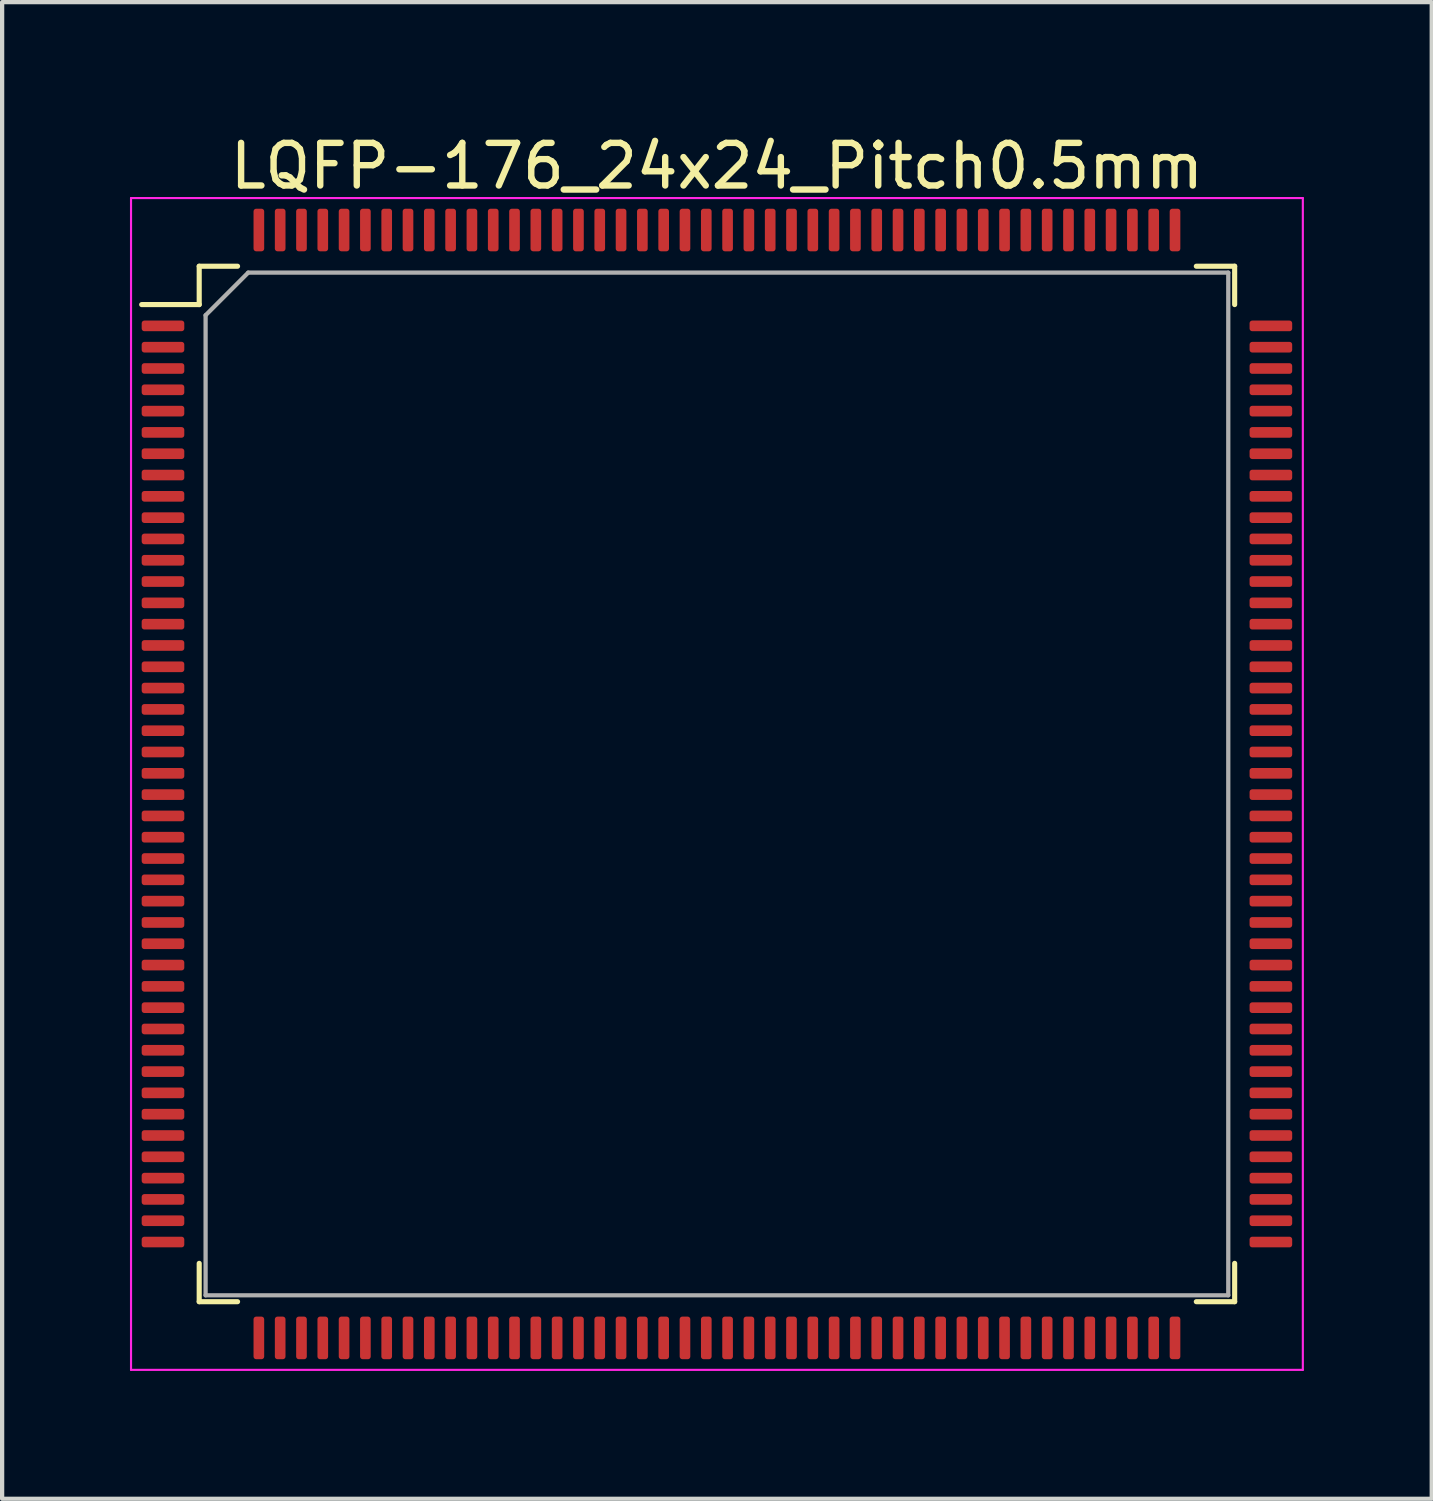
<source format=kicad_pcb>
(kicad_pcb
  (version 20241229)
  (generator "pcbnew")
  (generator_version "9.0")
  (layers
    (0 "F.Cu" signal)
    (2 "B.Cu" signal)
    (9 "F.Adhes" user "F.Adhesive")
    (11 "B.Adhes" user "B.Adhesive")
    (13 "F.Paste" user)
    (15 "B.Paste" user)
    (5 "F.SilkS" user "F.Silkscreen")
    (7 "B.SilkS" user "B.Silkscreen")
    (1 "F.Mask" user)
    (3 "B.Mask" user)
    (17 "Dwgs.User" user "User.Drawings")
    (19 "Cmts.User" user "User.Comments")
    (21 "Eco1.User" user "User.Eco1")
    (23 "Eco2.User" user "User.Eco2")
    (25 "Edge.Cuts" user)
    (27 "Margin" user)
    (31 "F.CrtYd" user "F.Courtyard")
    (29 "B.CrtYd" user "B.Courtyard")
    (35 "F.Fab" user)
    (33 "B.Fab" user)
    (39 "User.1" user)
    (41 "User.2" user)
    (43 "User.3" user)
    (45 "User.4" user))
  (footprint "LQFP-176_24x24_Pitch0.5mm"
    (layer "F.Cu")
    (at 13.775 15.348)
    (property "Reference" "LQFP-176_24x24_Pitch0.5mm" (at 0 -14.5 0) (layer "F.SilkS") (effects (font (size 1 1) (thickness 0.15))))
    (attr smd)
    (fp_line (start -12.15 -12.15) (end -12.15 -11.25) (stroke (width 0.12) (type solid)) (layer "F.SilkS"))
    (fp_line (start -12.15 -11.25) (end -13.5 -11.25) (stroke (width 0.12) (type solid)) (layer "F.SilkS"))
    (fp_line (start -12.15 12.15) (end -12.15 11.25) (stroke (width 0.12) (type solid)) (layer "F.SilkS"))
    (fp_line (start -11.25 -12.15) (end -12.15 -12.15) (stroke (width 0.12) (type solid)) (layer "F.SilkS"))
    (fp_line (start -11.25 12.15) (end -12.15 12.15) (stroke (width 0.12) (type solid)) (layer "F.SilkS"))
    (fp_line (start 11.25 -12.15) (end 12.15 -12.15) (stroke (width 0.12) (type solid)) (layer "F.SilkS"))
    (fp_line (start 11.25 12.15) (end 12.15 12.15) (stroke (width 0.12) (type solid)) (layer "F.SilkS"))
    (fp_line (start 12.15 -12.15) (end 12.15 -11.25) (stroke (width 0.12) (type solid)) (layer "F.SilkS"))
    (fp_line (start 12.15 12.15) (end 12.15 11.25) (stroke (width 0.12) (type solid)) (layer "F.SilkS"))
    (fp_line (start -13.75 -13.75) (end 13.75 -13.75) (stroke (width 0.05) (type solid)) (layer "F.CrtYd"))
    (fp_line (start -13.75 13.75) (end -13.75 -13.75) (stroke (width 0.05) (type solid)) (layer "F.CrtYd"))
    (fp_line (start 13.75 -13.75) (end 13.75 13.75) (stroke (width 0.05) (type solid)) (layer "F.CrtYd"))
    (fp_line (start 13.75 13.75) (end -13.75 13.75) (stroke (width 0.05) (type solid)) (layer "F.CrtYd"))
    (fp_line (start -12 -11) (end -12 12) (stroke (width 0.1) (type solid)) (layer "F.Fab"))
    (fp_line (start -12 12) (end 12 12) (stroke (width 0.1) (type solid)) (layer "F.Fab"))
    (fp_line (start -11 -12) (end -12 -11) (stroke (width 0.1) (type solid)) (layer "F.Fab"))
    (fp_line (start 12 -12) (end -11 -12) (stroke (width 0.1) (type solid)) (layer "F.Fab"))
    (fp_line (start 12 12) (end 12 -12) (stroke (width 0.1) (type solid)) (layer "F.Fab"))
    (pad "1" smd roundrect (at -13 -10.75 90) (size 0.25 1) (layers "F.Cu" "F.Mask" "F.Paste") (roundrect_rratio 0.25))
    (pad "2" smd roundrect (at -13 -10.25 90) (size 0.25 1) (layers "F.Cu" "F.Mask" "F.Paste") (roundrect_rratio 0.25))
    (pad "3" smd roundrect (at -13 -9.75 90) (size 0.25 1) (layers "F.Cu" "F.Mask" "F.Paste") (roundrect_rratio 0.25))
    (pad "4" smd roundrect (at -13 -9.25 90) (size 0.25 1) (layers "F.Cu" "F.Mask" "F.Paste") (roundrect_rratio 0.25))
    (pad "5" smd roundrect (at -13 -8.75 90) (size 0.25 1) (layers "F.Cu" "F.Mask" "F.Paste") (roundrect_rratio 0.25))
    (pad "6" smd roundrect (at -13 -8.25 90) (size 0.25 1) (layers "F.Cu" "F.Mask" "F.Paste") (roundrect_rratio 0.25))
    (pad "7" smd roundrect (at -13 -7.75 90) (size 0.25 1) (layers "F.Cu" "F.Mask" "F.Paste") (roundrect_rratio 0.25))
    (pad "8" smd roundrect (at -13 -7.25 90) (size 0.25 1) (layers "F.Cu" "F.Mask" "F.Paste") (roundrect_rratio 0.25))
    (pad "9" smd roundrect (at -13 -6.75 90) (size 0.25 1) (layers "F.Cu" "F.Mask" "F.Paste") (roundrect_rratio 0.25))
    (pad "10" smd roundrect (at -13 -6.25 90) (size 0.25 1) (layers "F.Cu" "F.Mask" "F.Paste") (roundrect_rratio 0.25))
    (pad "11" smd roundrect (at -13 -5.75 90) (size 0.25 1) (layers "F.Cu" "F.Mask" "F.Paste") (roundrect_rratio 0.25))
    (pad "12" smd roundrect (at -13 -5.25 90) (size 0.25 1) (layers "F.Cu" "F.Mask" "F.Paste") (roundrect_rratio 0.25))
    (pad "13" smd roundrect (at -13 -4.75 90) (size 0.25 1) (layers "F.Cu" "F.Mask" "F.Paste") (roundrect_rratio 0.25))
    (pad "14" smd roundrect (at -13 -4.25 90) (size 0.25 1) (layers "F.Cu" "F.Mask" "F.Paste") (roundrect_rratio 0.25))
    (pad "15" smd roundrect (at -13 -3.75 90) (size 0.25 1) (layers "F.Cu" "F.Mask" "F.Paste") (roundrect_rratio 0.25))
    (pad "16" smd roundrect (at -13 -3.25 90) (size 0.25 1) (layers "F.Cu" "F.Mask" "F.Paste") (roundrect_rratio 0.25))
    (pad "17" smd roundrect (at -13 -2.75 90) (size 0.25 1) (layers "F.Cu" "F.Mask" "F.Paste") (roundrect_rratio 0.25))
    (pad "18" smd roundrect (at -13 -2.25 90) (size 0.25 1) (layers "F.Cu" "F.Mask" "F.Paste") (roundrect_rratio 0.25))
    (pad "19" smd roundrect (at -13 -1.75 90) (size 0.25 1) (layers "F.Cu" "F.Mask" "F.Paste") (roundrect_rratio 0.25))
    (pad "20" smd roundrect (at -13 -1.25 90) (size 0.25 1) (layers "F.Cu" "F.Mask" "F.Paste") (roundrect_rratio 0.25))
    (pad "21" smd roundrect (at -13 -0.75 90) (size 0.25 1) (layers "F.Cu" "F.Mask" "F.Paste") (roundrect_rratio 0.25))
    (pad "22" smd roundrect (at -13 -0.25 90) (size 0.25 1) (layers "F.Cu" "F.Mask" "F.Paste") (roundrect_rratio 0.25))
    (pad "23" smd roundrect (at -13 0.25 90) (size 0.25 1) (layers "F.Cu" "F.Mask" "F.Paste") (roundrect_rratio 0.25))
    (pad "24" smd roundrect (at -13 0.75 90) (size 0.25 1) (layers "F.Cu" "F.Mask" "F.Paste") (roundrect_rratio 0.25))
    (pad "25" smd roundrect (at -13 1.25 90) (size 0.25 1) (layers "F.Cu" "F.Mask" "F.Paste") (roundrect_rratio 0.25))
    (pad "26" smd roundrect (at -13 1.75 90) (size 0.25 1) (layers "F.Cu" "F.Mask" "F.Paste") (roundrect_rratio 0.25))
    (pad "27" smd roundrect (at -13 2.25 90) (size 0.25 1) (layers "F.Cu" "F.Mask" "F.Paste") (roundrect_rratio 0.25))
    (pad "28" smd roundrect (at -13 2.75 90) (size 0.25 1) (layers "F.Cu" "F.Mask" "F.Paste") (roundrect_rratio 0.25))
    (pad "29" smd roundrect (at -13 3.25 90) (size 0.25 1) (layers "F.Cu" "F.Mask" "F.Paste") (roundrect_rratio 0.25))
    (pad "30" smd roundrect (at -13 3.75 90) (size 0.25 1) (layers "F.Cu" "F.Mask" "F.Paste") (roundrect_rratio 0.25))
    (pad "31" smd roundrect (at -13 4.25 90) (size 0.25 1) (layers "F.Cu" "F.Mask" "F.Paste") (roundrect_rratio 0.25))
    (pad "32" smd roundrect (at -13 4.75 90) (size 0.25 1) (layers "F.Cu" "F.Mask" "F.Paste") (roundrect_rratio 0.25))
    (pad "33" smd roundrect (at -13 5.25 90) (size 0.25 1) (layers "F.Cu" "F.Mask" "F.Paste") (roundrect_rratio 0.25))
    (pad "34" smd roundrect (at -13 5.75 90) (size 0.25 1) (layers "F.Cu" "F.Mask" "F.Paste") (roundrect_rratio 0.25))
    (pad "35" smd roundrect (at -13 6.25 90) (size 0.25 1) (layers "F.Cu" "F.Mask" "F.Paste") (roundrect_rratio 0.25))
    (pad "36" smd roundrect (at -13 6.75 90) (size 0.25 1) (layers "F.Cu" "F.Mask" "F.Paste") (roundrect_rratio 0.25))
    (pad "37" smd roundrect (at -13 7.25 90) (size 0.25 1) (layers "F.Cu" "F.Mask" "F.Paste") (roundrect_rratio 0.25))
    (pad "38" smd roundrect (at -13 7.75 90) (size 0.25 1) (layers "F.Cu" "F.Mask" "F.Paste") (roundrect_rratio 0.25))
    (pad "39" smd roundrect (at -13 8.25 90) (size 0.25 1) (layers "F.Cu" "F.Mask" "F.Paste") (roundrect_rratio 0.25))
    (pad "40" smd roundrect (at -13 8.75 90) (size 0.25 1) (layers "F.Cu" "F.Mask" "F.Paste") (roundrect_rratio 0.25))
    (pad "41" smd roundrect (at -13 9.25 90) (size 0.25 1) (layers "F.Cu" "F.Mask" "F.Paste") (roundrect_rratio 0.25))
    (pad "42" smd roundrect (at -13 9.75 90) (size 0.25 1) (layers "F.Cu" "F.Mask" "F.Paste") (roundrect_rratio 0.25))
    (pad "43" smd roundrect (at -13 10.25 90) (size 0.25 1) (layers "F.Cu" "F.Mask" "F.Paste") (roundrect_rratio 0.25))
    (pad "44" smd roundrect (at -13 10.75 90) (size 0.25 1) (layers "F.Cu" "F.Mask" "F.Paste") (roundrect_rratio 0.25))
    (pad "45" smd roundrect (at -10.75 13) (size 0.25 1) (layers "F.Cu" "F.Mask" "F.Paste") (roundrect_rratio 0.25))
    (pad "46" smd roundrect (at -10.25 13) (size 0.25 1) (layers "F.Cu" "F.Mask" "F.Paste") (roundrect_rratio 0.25))
    (pad "47" smd roundrect (at -9.75 13) (size 0.25 1) (layers "F.Cu" "F.Mask" "F.Paste") (roundrect_rratio 0.25))
    (pad "48" smd roundrect (at -9.25 13) (size 0.25 1) (layers "F.Cu" "F.Mask" "F.Paste") (roundrect_rratio 0.25))
    (pad "49" smd roundrect (at -8.75 13) (size 0.25 1) (layers "F.Cu" "F.Mask" "F.Paste") (roundrect_rratio 0.25))
    (pad "50" smd roundrect (at -8.25 13) (size 0.25 1) (layers "F.Cu" "F.Mask" "F.Paste") (roundrect_rratio 0.25))
    (pad "51" smd roundrect (at -7.75 13) (size 0.25 1) (layers "F.Cu" "F.Mask" "F.Paste") (roundrect_rratio 0.25))
    (pad "52" smd roundrect (at -7.25 13) (size 0.25 1) (layers "F.Cu" "F.Mask" "F.Paste") (roundrect_rratio 0.25))
    (pad "53" smd roundrect (at -6.75 13) (size 0.25 1) (layers "F.Cu" "F.Mask" "F.Paste") (roundrect_rratio 0.25))
    (pad "54" smd roundrect (at -6.25 13) (size 0.25 1) (layers "F.Cu" "F.Mask" "F.Paste") (roundrect_rratio 0.25))
    (pad "55" smd roundrect (at -5.75 13) (size 0.25 1) (layers "F.Cu" "F.Mask" "F.Paste") (roundrect_rratio 0.25))
    (pad "56" smd roundrect (at -5.25 13) (size 0.25 1) (layers "F.Cu" "F.Mask" "F.Paste") (roundrect_rratio 0.25))
    (pad "57" smd roundrect (at -4.75 13) (size 0.25 1) (layers "F.Cu" "F.Mask" "F.Paste") (roundrect_rratio 0.25))
    (pad "58" smd roundrect (at -4.25 13) (size 0.25 1) (layers "F.Cu" "F.Mask" "F.Paste") (roundrect_rratio 0.25))
    (pad "59" smd roundrect (at -3.75 13) (size 0.25 1) (layers "F.Cu" "F.Mask" "F.Paste") (roundrect_rratio 0.25))
    (pad "60" smd roundrect (at -3.25 13) (size 0.25 1) (layers "F.Cu" "F.Mask" "F.Paste") (roundrect_rratio 0.25))
    (pad "61" smd roundrect (at -2.75 13) (size 0.25 1) (layers "F.Cu" "F.Mask" "F.Paste") (roundrect_rratio 0.25))
    (pad "62" smd roundrect (at -2.25 13) (size 0.25 1) (layers "F.Cu" "F.Mask" "F.Paste") (roundrect_rratio 0.25))
    (pad "63" smd roundrect (at -1.75 13) (size 0.25 1) (layers "F.Cu" "F.Mask" "F.Paste") (roundrect_rratio 0.25))
    (pad "64" smd roundrect (at -1.25 13) (size 0.25 1) (layers "F.Cu" "F.Mask" "F.Paste") (roundrect_rratio 0.25))
    (pad "65" smd roundrect (at -0.75 13) (size 0.25 1) (layers "F.Cu" "F.Mask" "F.Paste") (roundrect_rratio 0.25))
    (pad "66" smd roundrect (at -0.25 13) (size 0.25 1) (layers "F.Cu" "F.Mask" "F.Paste") (roundrect_rratio 0.25))
    (pad "67" smd roundrect (at 0.25 13) (size 0.25 1) (layers "F.Cu" "F.Mask" "F.Paste") (roundrect_rratio 0.25))
    (pad "68" smd roundrect (at 0.75 13) (size 0.25 1) (layers "F.Cu" "F.Mask" "F.Paste") (roundrect_rratio 0.25))
    (pad "69" smd roundrect (at 1.25 13) (size 0.25 1) (layers "F.Cu" "F.Mask" "F.Paste") (roundrect_rratio 0.25))
    (pad "70" smd roundrect (at 1.75 13) (size 0.25 1) (layers "F.Cu" "F.Mask" "F.Paste") (roundrect_rratio 0.25))
    (pad "71" smd roundrect (at 2.25 13) (size 0.25 1) (layers "F.Cu" "F.Mask" "F.Paste") (roundrect_rratio 0.25))
    (pad "72" smd roundrect (at 2.75 13) (size 0.25 1) (layers "F.Cu" "F.Mask" "F.Paste") (roundrect_rratio 0.25))
    (pad "73" smd roundrect (at 3.25 13) (size 0.25 1) (layers "F.Cu" "F.Mask" "F.Paste") (roundrect_rratio 0.25))
    (pad "74" smd roundrect (at 3.75 13) (size 0.25 1) (layers "F.Cu" "F.Mask" "F.Paste") (roundrect_rratio 0.25))
    (pad "75" smd roundrect (at 4.25 13) (size 0.25 1) (layers "F.Cu" "F.Mask" "F.Paste") (roundrect_rratio 0.25))
    (pad "76" smd roundrect (at 4.75 13) (size 0.25 1) (layers "F.Cu" "F.Mask" "F.Paste") (roundrect_rratio 0.25))
    (pad "77" smd roundrect (at 5.25 13) (size 0.25 1) (layers "F.Cu" "F.Mask" "F.Paste") (roundrect_rratio 0.25))
    (pad "78" smd roundrect (at 5.75 13) (size 0.25 1) (layers "F.Cu" "F.Mask" "F.Paste") (roundrect_rratio 0.25))
    (pad "79" smd roundrect (at 6.25 13) (size 0.25 1) (layers "F.Cu" "F.Mask" "F.Paste") (roundrect_rratio 0.25))
    (pad "80" smd roundrect (at 6.75 13) (size 0.25 1) (layers "F.Cu" "F.Mask" "F.Paste") (roundrect_rratio 0.25))
    (pad "81" smd roundrect (at 7.25 13) (size 0.25 1) (layers "F.Cu" "F.Mask" "F.Paste") (roundrect_rratio 0.25))
    (pad "82" smd roundrect (at 7.75 13) (size 0.25 1) (layers "F.Cu" "F.Mask" "F.Paste") (roundrect_rratio 0.25))
    (pad "83" smd roundrect (at 8.25 13) (size 0.25 1) (layers "F.Cu" "F.Mask" "F.Paste") (roundrect_rratio 0.25))
    (pad "84" smd roundrect (at 8.75 13) (size 0.25 1) (layers "F.Cu" "F.Mask" "F.Paste") (roundrect_rratio 0.25))
    (pad "85" smd roundrect (at 9.25 13) (size 0.25 1) (layers "F.Cu" "F.Mask" "F.Paste") (roundrect_rratio 0.25))
    (pad "86" smd roundrect (at 9.75 13) (size 0.25 1) (layers "F.Cu" "F.Mask" "F.Paste") (roundrect_rratio 0.25))
    (pad "87" smd roundrect (at 10.25 13) (size 0.25 1) (layers "F.Cu" "F.Mask" "F.Paste") (roundrect_rratio 0.25))
    (pad "88" smd roundrect (at 10.75 13) (size 0.25 1) (layers "F.Cu" "F.Mask" "F.Paste") (roundrect_rratio 0.25))
    (pad "89" smd roundrect (at 13 10.75 90) (size 0.25 1) (layers "F.Cu" "F.Mask" "F.Paste") (roundrect_rratio 0.25))
    (pad "90" smd roundrect (at 13 10.25 90) (size 0.25 1) (layers "F.Cu" "F.Mask" "F.Paste") (roundrect_rratio 0.25))
    (pad "91" smd roundrect (at 13 9.75 90) (size 0.25 1) (layers "F.Cu" "F.Mask" "F.Paste") (roundrect_rratio 0.25))
    (pad "92" smd roundrect (at 13 9.25 90) (size 0.25 1) (layers "F.Cu" "F.Mask" "F.Paste") (roundrect_rratio 0.25))
    (pad "93" smd roundrect (at 13 8.75 90) (size 0.25 1) (layers "F.Cu" "F.Mask" "F.Paste") (roundrect_rratio 0.25))
    (pad "94" smd roundrect (at 13 8.25 90) (size 0.25 1) (layers "F.Cu" "F.Mask" "F.Paste") (roundrect_rratio 0.25))
    (pad "95" smd roundrect (at 13 7.75 90) (size 0.25 1) (layers "F.Cu" "F.Mask" "F.Paste") (roundrect_rratio 0.25))
    (pad "96" smd roundrect (at 13 7.25 90) (size 0.25 1) (layers "F.Cu" "F.Mask" "F.Paste") (roundrect_rratio 0.25))
    (pad "97" smd roundrect (at 13 6.75 90) (size 0.25 1) (layers "F.Cu" "F.Mask" "F.Paste") (roundrect_rratio 0.25))
    (pad "98" smd roundrect (at 13 6.25 90) (size 0.25 1) (layers "F.Cu" "F.Mask" "F.Paste") (roundrect_rratio 0.25))
    (pad "99" smd roundrect (at 13 5.75 90) (size 0.25 1) (layers "F.Cu" "F.Mask" "F.Paste") (roundrect_rratio 0.25))
    (pad "100" smd roundrect (at 13 5.25 90) (size 0.25 1) (layers "F.Cu" "F.Mask" "F.Paste") (roundrect_rratio 0.25))
    (pad "101" smd roundrect (at 13 4.75 90) (size 0.25 1) (layers "F.Cu" "F.Mask" "F.Paste") (roundrect_rratio 0.25))
    (pad "102" smd roundrect (at 13 4.25 90) (size 0.25 1) (layers "F.Cu" "F.Mask" "F.Paste") (roundrect_rratio 0.25))
    (pad "103" smd roundrect (at 13 3.75 90) (size 0.25 1) (layers "F.Cu" "F.Mask" "F.Paste") (roundrect_rratio 0.25))
    (pad "104" smd roundrect (at 13 3.25 90) (size 0.25 1) (layers "F.Cu" "F.Mask" "F.Paste") (roundrect_rratio 0.25))
    (pad "105" smd roundrect (at 13 2.75 90) (size 0.25 1) (layers "F.Cu" "F.Mask" "F.Paste") (roundrect_rratio 0.25))
    (pad "106" smd roundrect (at 13 2.25 90) (size 0.25 1) (layers "F.Cu" "F.Mask" "F.Paste") (roundrect_rratio 0.25))
    (pad "107" smd roundrect (at 13 1.75 90) (size 0.25 1) (layers "F.Cu" "F.Mask" "F.Paste") (roundrect_rratio 0.25))
    (pad "108" smd roundrect (at 13 1.25 90) (size 0.25 1) (layers "F.Cu" "F.Mask" "F.Paste") (roundrect_rratio 0.25))
    (pad "109" smd roundrect (at 13 0.75 90) (size 0.25 1) (layers "F.Cu" "F.Mask" "F.Paste") (roundrect_rratio 0.25))
    (pad "110" smd roundrect (at 13 0.25 90) (size 0.25 1) (layers "F.Cu" "F.Mask" "F.Paste") (roundrect_rratio 0.25))
    (pad "111" smd roundrect (at 13 -0.25 90) (size 0.25 1) (layers "F.Cu" "F.Mask" "F.Paste") (roundrect_rratio 0.25))
    (pad "112" smd roundrect (at 13 -0.75 90) (size 0.25 1) (layers "F.Cu" "F.Mask" "F.Paste") (roundrect_rratio 0.25))
    (pad "113" smd roundrect (at 13 -1.25 90) (size 0.25 1) (layers "F.Cu" "F.Mask" "F.Paste") (roundrect_rratio 0.25))
    (pad "114" smd roundrect (at 13 -1.75 90) (size 0.25 1) (layers "F.Cu" "F.Mask" "F.Paste") (roundrect_rratio 0.25))
    (pad "115" smd roundrect (at 13 -2.25 90) (size 0.25 1) (layers "F.Cu" "F.Mask" "F.Paste") (roundrect_rratio 0.25))
    (pad "116" smd roundrect (at 13 -2.75 90) (size 0.25 1) (layers "F.Cu" "F.Mask" "F.Paste") (roundrect_rratio 0.25))
    (pad "117" smd roundrect (at 13 -3.25 90) (size 0.25 1) (layers "F.Cu" "F.Mask" "F.Paste") (roundrect_rratio 0.25))
    (pad "118" smd roundrect (at 13 -3.75 90) (size 0.25 1) (layers "F.Cu" "F.Mask" "F.Paste") (roundrect_rratio 0.25))
    (pad "119" smd roundrect (at 13 -4.25 90) (size 0.25 1) (layers "F.Cu" "F.Mask" "F.Paste") (roundrect_rratio 0.25))
    (pad "120" smd roundrect (at 13 -4.75 90) (size 0.25 1) (layers "F.Cu" "F.Mask" "F.Paste") (roundrect_rratio 0.25))
    (pad "121" smd roundrect (at 13 -5.25 90) (size 0.25 1) (layers "F.Cu" "F.Mask" "F.Paste") (roundrect_rratio 0.25))
    (pad "122" smd roundrect (at 13 -5.75 90) (size 0.25 1) (layers "F.Cu" "F.Mask" "F.Paste") (roundrect_rratio 0.25))
    (pad "123" smd roundrect (at 13 -6.25 90) (size 0.25 1) (layers "F.Cu" "F.Mask" "F.Paste") (roundrect_rratio 0.25))
    (pad "124" smd roundrect (at 13 -6.75 90) (size 0.25 1) (layers "F.Cu" "F.Mask" "F.Paste") (roundrect_rratio 0.25))
    (pad "125" smd roundrect (at 13 -7.25 90) (size 0.25 1) (layers "F.Cu" "F.Mask" "F.Paste") (roundrect_rratio 0.25))
    (pad "126" smd roundrect (at 13 -7.75 90) (size 0.25 1) (layers "F.Cu" "F.Mask" "F.Paste") (roundrect_rratio 0.25))
    (pad "127" smd roundrect (at 13 -8.25 90) (size 0.25 1) (layers "F.Cu" "F.Mask" "F.Paste") (roundrect_rratio 0.25))
    (pad "128" smd roundrect (at 13 -8.75 90) (size 0.25 1) (layers "F.Cu" "F.Mask" "F.Paste") (roundrect_rratio 0.25))
    (pad "129" smd roundrect (at 13 -9.25 90) (size 0.25 1) (layers "F.Cu" "F.Mask" "F.Paste") (roundrect_rratio 0.25))
    (pad "130" smd roundrect (at 13 -9.75 90) (size 0.25 1) (layers "F.Cu" "F.Mask" "F.Paste") (roundrect_rratio 0.25))
    (pad "131" smd roundrect (at 13 -10.25 90) (size 0.25 1) (layers "F.Cu" "F.Mask" "F.Paste") (roundrect_rratio 0.25))
    (pad "132" smd roundrect (at 13 -10.75 90) (size 0.25 1) (layers "F.Cu" "F.Mask" "F.Paste") (roundrect_rratio 0.25))
    (pad "133" smd roundrect (at 10.75 -13) (size 0.25 1) (layers "F.Cu" "F.Mask" "F.Paste") (roundrect_rratio 0.25))
    (pad "134" smd roundrect (at 10.25 -13) (size 0.25 1) (layers "F.Cu" "F.Mask" "F.Paste") (roundrect_rratio 0.25))
    (pad "135" smd roundrect (at 9.75 -13) (size 0.25 1) (layers "F.Cu" "F.Mask" "F.Paste") (roundrect_rratio 0.25))
    (pad "136" smd roundrect (at 9.25 -13) (size 0.25 1) (layers "F.Cu" "F.Mask" "F.Paste") (roundrect_rratio 0.25))
    (pad "137" smd roundrect (at 8.75 -13) (size 0.25 1) (layers "F.Cu" "F.Mask" "F.Paste") (roundrect_rratio 0.25))
    (pad "138" smd roundrect (at 8.25 -13) (size 0.25 1) (layers "F.Cu" "F.Mask" "F.Paste") (roundrect_rratio 0.25))
    (pad "139" smd roundrect (at 7.75 -13) (size 0.25 1) (layers "F.Cu" "F.Mask" "F.Paste") (roundrect_rratio 0.25))
    (pad "140" smd roundrect (at 7.25 -13) (size 0.25 1) (layers "F.Cu" "F.Mask" "F.Paste") (roundrect_rratio 0.25))
    (pad "141" smd roundrect (at 6.75 -13) (size 0.25 1) (layers "F.Cu" "F.Mask" "F.Paste") (roundrect_rratio 0.25))
    (pad "142" smd roundrect (at 6.25 -13) (size 0.25 1) (layers "F.Cu" "F.Mask" "F.Paste") (roundrect_rratio 0.25))
    (pad "143" smd roundrect (at 5.75 -13) (size 0.25 1) (layers "F.Cu" "F.Mask" "F.Paste") (roundrect_rratio 0.25))
    (pad "144" smd roundrect (at 5.25 -13) (size 0.25 1) (layers "F.Cu" "F.Mask" "F.Paste") (roundrect_rratio 0.25))
    (pad "145" smd roundrect (at 4.75 -13) (size 0.25 1) (layers "F.Cu" "F.Mask" "F.Paste") (roundrect_rratio 0.25))
    (pad "146" smd roundrect (at 4.25 -13) (size 0.25 1) (layers "F.Cu" "F.Mask" "F.Paste") (roundrect_rratio 0.25))
    (pad "147" smd roundrect (at 3.75 -13) (size 0.25 1) (layers "F.Cu" "F.Mask" "F.Paste") (roundrect_rratio 0.25))
    (pad "148" smd roundrect (at 3.25 -13) (size 0.25 1) (layers "F.Cu" "F.Mask" "F.Paste") (roundrect_rratio 0.25))
    (pad "149" smd roundrect (at 2.75 -13) (size 0.25 1) (layers "F.Cu" "F.Mask" "F.Paste") (roundrect_rratio 0.25))
    (pad "150" smd roundrect (at 2.25 -13) (size 0.25 1) (layers "F.Cu" "F.Mask" "F.Paste") (roundrect_rratio 0.25))
    (pad "151" smd roundrect (at 1.75 -13) (size 0.25 1) (layers "F.Cu" "F.Mask" "F.Paste") (roundrect_rratio 0.25))
    (pad "152" smd roundrect (at 1.25 -13) (size 0.25 1) (layers "F.Cu" "F.Mask" "F.Paste") (roundrect_rratio 0.25))
    (pad "153" smd roundrect (at 0.75 -13) (size 0.25 1) (layers "F.Cu" "F.Mask" "F.Paste") (roundrect_rratio 0.25))
    (pad "154" smd roundrect (at 0.25 -13) (size 0.25 1) (layers "F.Cu" "F.Mask" "F.Paste") (roundrect_rratio 0.25))
    (pad "155" smd roundrect (at -0.25 -13) (size 0.25 1) (layers "F.Cu" "F.Mask" "F.Paste") (roundrect_rratio 0.25))
    (pad "156" smd roundrect (at -0.75 -13) (size 0.25 1) (layers "F.Cu" "F.Mask" "F.Paste") (roundrect_rratio 0.25))
    (pad "157" smd roundrect (at -1.25 -13) (size 0.25 1) (layers "F.Cu" "F.Mask" "F.Paste") (roundrect_rratio 0.25))
    (pad "158" smd roundrect (at -1.75 -13) (size 0.25 1) (layers "F.Cu" "F.Mask" "F.Paste") (roundrect_rratio 0.25))
    (pad "159" smd roundrect (at -2.25 -13) (size 0.25 1) (layers "F.Cu" "F.Mask" "F.Paste") (roundrect_rratio 0.25))
    (pad "160" smd roundrect (at -2.75 -13) (size 0.25 1) (layers "F.Cu" "F.Mask" "F.Paste") (roundrect_rratio 0.25))
    (pad "161" smd roundrect (at -3.25 -13) (size 0.25 1) (layers "F.Cu" "F.Mask" "F.Paste") (roundrect_rratio 0.25))
    (pad "162" smd roundrect (at -3.75 -13) (size 0.25 1) (layers "F.Cu" "F.Mask" "F.Paste") (roundrect_rratio 0.25))
    (pad "163" smd roundrect (at -4.25 -13) (size 0.25 1) (layers "F.Cu" "F.Mask" "F.Paste") (roundrect_rratio 0.25))
    (pad "164" smd roundrect (at -4.75 -13) (size 0.25 1) (layers "F.Cu" "F.Mask" "F.Paste") (roundrect_rratio 0.25))
    (pad "165" smd roundrect (at -5.25 -13) (size 0.25 1) (layers "F.Cu" "F.Mask" "F.Paste") (roundrect_rratio 0.25))
    (pad "166" smd roundrect (at -5.75 -13) (size 0.25 1) (layers "F.Cu" "F.Mask" "F.Paste") (roundrect_rratio 0.25))
    (pad "167" smd roundrect (at -6.25 -13) (size 0.25 1) (layers "F.Cu" "F.Mask" "F.Paste") (roundrect_rratio 0.25))
    (pad "168" smd roundrect (at -6.75 -13) (size 0.25 1) (layers "F.Cu" "F.Mask" "F.Paste") (roundrect_rratio 0.25))
    (pad "169" smd roundrect (at -7.25 -13) (size 0.25 1) (layers "F.Cu" "F.Mask" "F.Paste") (roundrect_rratio 0.25))
    (pad "170" smd roundrect (at -7.75 -13) (size 0.25 1) (layers "F.Cu" "F.Mask" "F.Paste") (roundrect_rratio 0.25))
    (pad "171" smd roundrect (at -8.25 -13) (size 0.25 1) (layers "F.Cu" "F.Mask" "F.Paste") (roundrect_rratio 0.25))
    (pad "172" smd roundrect (at -8.75 -13) (size 0.25 1) (layers "F.Cu" "F.Mask" "F.Paste") (roundrect_rratio 0.25))
    (pad "173" smd roundrect (at -9.25 -13) (size 0.25 1) (layers "F.Cu" "F.Mask" "F.Paste") (roundrect_rratio 0.25))
    (pad "174" smd roundrect (at -9.75 -13) (size 0.25 1) (layers "F.Cu" "F.Mask" "F.Paste") (roundrect_rratio 0.25))
    (pad "175" smd roundrect (at -10.25 -13) (size 0.25 1) (layers "F.Cu" "F.Mask" "F.Paste") (roundrect_rratio 0.25))
    (pad "176" smd roundrect (at -10.75 -13) (size 0.25 1) (layers "F.Cu" "F.Mask" "F.Paste") (roundrect_rratio 0.25)))
  (gr_rect
    (start -3 -3)
    (end 30.55 32.123)
    (stroke (width 0.1) (type default))
    (fill no)
    (layer "Edge.Cuts")))
</source>
